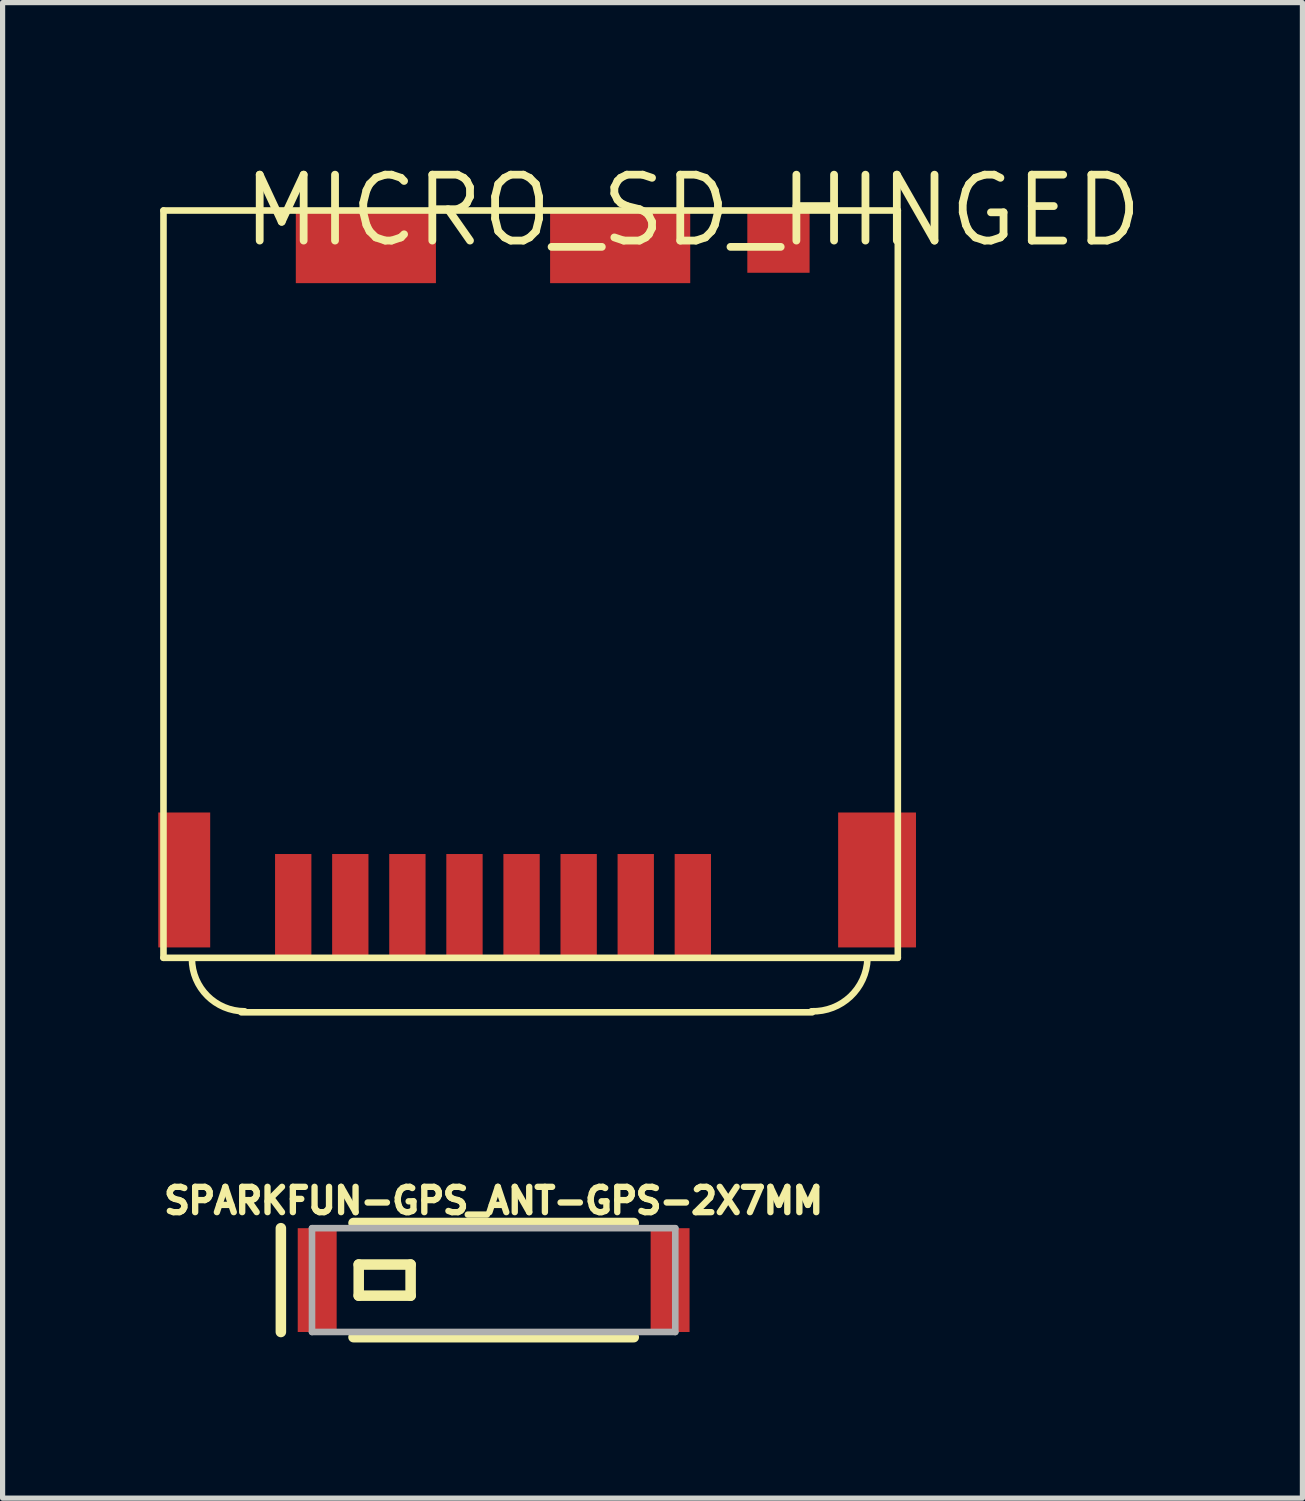
<source format=kicad_pcb>
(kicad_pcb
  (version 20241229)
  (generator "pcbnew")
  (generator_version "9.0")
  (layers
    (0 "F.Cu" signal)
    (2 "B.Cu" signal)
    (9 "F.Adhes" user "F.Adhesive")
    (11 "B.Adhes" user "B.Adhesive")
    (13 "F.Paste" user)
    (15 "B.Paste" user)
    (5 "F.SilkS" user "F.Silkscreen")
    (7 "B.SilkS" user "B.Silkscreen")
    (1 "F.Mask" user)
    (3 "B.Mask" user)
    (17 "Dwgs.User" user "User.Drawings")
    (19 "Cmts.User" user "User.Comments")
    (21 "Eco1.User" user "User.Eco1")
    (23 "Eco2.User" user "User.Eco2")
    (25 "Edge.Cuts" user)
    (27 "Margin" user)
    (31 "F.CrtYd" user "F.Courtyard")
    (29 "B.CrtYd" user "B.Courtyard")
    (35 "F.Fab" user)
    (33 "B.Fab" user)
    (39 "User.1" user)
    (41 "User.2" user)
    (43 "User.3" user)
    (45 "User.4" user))
  (footprint "MICRO_SD_HINGED"
    (layer "F.Cu")
    (at 10.3 1.006)
    (property "Reference" "MICRO_SD_HINGED" (at 0 0 0) (layer "F.SilkS") (effects (font (size 1.27 1.27) (thickness 0.15))))
    (fp_line (start -10.2 0) (end -10.2 14.4) (stroke (width 0.127) (type solid)) (layer "F.SilkS"))
    (fp_line (start -10.2 14.4) (end 3.95 14.4) (stroke (width 0.127) (type solid)) (layer "F.SilkS"))
    (fp_line (start -8.7 15.45) (end 2.3 15.45) (stroke (width 0.127) (type solid)) (layer "F.SilkS"))
    (fp_line (start 3.95 0) (end -10.2 0) (stroke (width 0.127) (type solid)) (layer "F.SilkS"))
    (fp_line (start 3.95 14.4) (end 3.95 0) (stroke (width 0.127) (type solid)) (layer "F.SilkS"))
    (fp_arc (start -8.636 15.4305) (mid -9.35442 15.13292) (end -9.652 14.4145) (stroke (width 0.127) (type solid)) (layer "F.SilkS"))
    (fp_arc (start 3.3655 14.4145) (mid 3.03617 15.146072) (end 2.286 15.4305) (stroke (width 0.127) (type solid)) (layer "F.SilkS"))
    (pad "CD" smd rect (at -1.1 13.4) (size 0.7 2) (layers "F.Cu" "F.Mask" "F.Paste"))
    (pad "CD1" smd rect (at -1.4 0.7) (size 2.7 1.4) (layers "F.Cu" "F.Mask" "F.Paste"))
    (pad "CLK" smd rect (at -4.4 13.4) (size 0.7 2) (layers "F.Cu" "F.Mask" "F.Paste"))
    (pad "CMD" smd rect (at -2.2 13.4) (size 0.7 2) (layers "F.Cu" "F.Mask" "F.Paste"))
    (pad "DAT0" smd rect (at -6.6 13.4) (size 0.7 2) (layers "F.Cu" "F.Mask" "F.Paste"))
    (pad "DAT1" smd rect (at -7.7 13.4) (size 0.7 2) (layers "F.Cu" "F.Mask" "F.Paste"))
    (pad "DAT2" smd rect (at 0 13.4) (size 0.7 2) (layers "F.Cu" "F.Mask" "F.Paste"))
    (pad "GND1" smd rect (at 3.55 12.9) (size 1.5 2.6) (layers "F.Cu" "F.Mask" "F.Paste"))
    (pad "GND2" smd rect (at 1.65 0.6) (size 1.2 1.2) (layers "F.Cu" "F.Mask" "F.Paste"))
    (pad "GND3" smd rect (at -6.3 0.7) (size 2.7 1.4) (layers "F.Cu" "F.Mask" "F.Paste"))
    (pad "GND4" smd rect (at -9.8 12.9) (size 1 2.6) (layers "F.Cu" "F.Mask" "F.Paste"))
    (pad "VDD" smd rect (at -3.3 13.4) (size 0.7 2) (layers "F.Cu" "F.Mask" "F.Paste"))
    (pad "VSS" smd rect (at -5.5 13.4) (size 0.7 2) (layers "F.Cu" "F.Mask" "F.Paste")))
  (footprint "SPARKFUN-GPS_ANT-GPS-2X7MM"
    (layer "F.Cu")
    (at 6.462 21.616)
    (property "Reference" "SPARKFUN-GPS_ANT-GPS-2X7MM" (at 0 -1.243 0) (layer "F.SilkS") (effects (font (size 0.488 0.488) (thickness 0.122)) (justify bottom)))
    (fp_line (start -4.1 -1) (end -4.1 1) (stroke (width 0.203) (type solid)) (layer "F.SilkS"))
    (fp_line (start -2.7 -1.1) (end 2.7 -1.1) (stroke (width 0.203) (type solid)) (layer "F.SilkS"))
    (fp_line (start -2.7 1.1) (end 2.7 1.1) (stroke (width 0.203) (type solid)) (layer "F.SilkS"))
    (fp_line (start -2.6 -0.3) (end -2.6 0.3) (stroke (width 0.203) (type solid)) (layer "F.SilkS"))
    (fp_line (start -2.6 0.3) (end -1.6 0.3) (stroke (width 0.203) (type solid)) (layer "F.SilkS"))
    (fp_line (start -1.6 -0.3) (end -2.6 -0.3) (stroke (width 0.203) (type solid)) (layer "F.SilkS"))
    (fp_line (start -1.6 0.3) (end -1.6 -0.3) (stroke (width 0.203) (type solid)) (layer "F.SilkS"))
    (fp_line (start -3.5 -1) (end 3.5 -1) (stroke (width 0.127) (type solid)) (layer "F.Fab"))
    (fp_line (start -3.5 1) (end -3.5 -1) (stroke (width 0.127) (type solid)) (layer "F.Fab"))
    (fp_line (start 3.5 -1) (end 3.5 1) (stroke (width 0.127) (type solid)) (layer "F.Fab"))
    (fp_line (start 3.5 1) (end -3.5 1) (stroke (width 0.127) (type solid)) (layer "F.Fab"))
    (pad "1" smd rect (at -3.4 0 90) (size 2 0.75) (layers "F.Cu" "F.Mask" "F.Paste"))
    (pad "NC" smd rect (at 3.4 0 90) (size 2 0.75) (layers "F.Cu" "F.Mask" "F.Paste")))
  (gr_rect
    (start -3 -3)
    (end 22.046 25.818)
    (stroke (width 0.1) (type default))
    (fill no)
    (layer "Edge.Cuts")))
</source>
